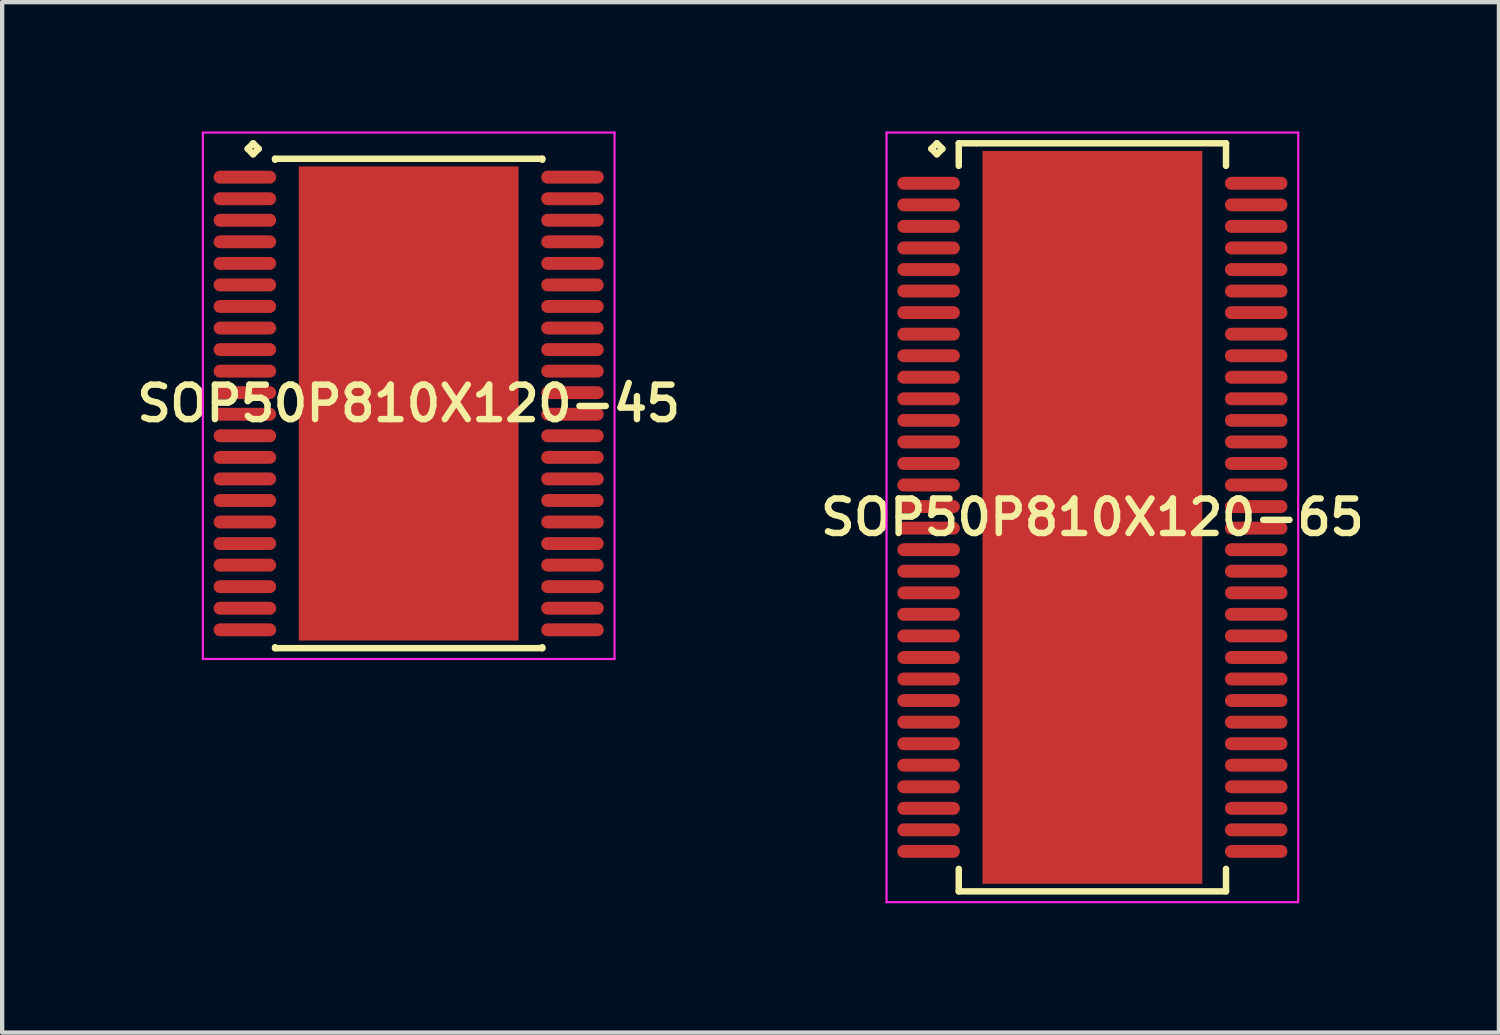
<source format=kicad_pcb>
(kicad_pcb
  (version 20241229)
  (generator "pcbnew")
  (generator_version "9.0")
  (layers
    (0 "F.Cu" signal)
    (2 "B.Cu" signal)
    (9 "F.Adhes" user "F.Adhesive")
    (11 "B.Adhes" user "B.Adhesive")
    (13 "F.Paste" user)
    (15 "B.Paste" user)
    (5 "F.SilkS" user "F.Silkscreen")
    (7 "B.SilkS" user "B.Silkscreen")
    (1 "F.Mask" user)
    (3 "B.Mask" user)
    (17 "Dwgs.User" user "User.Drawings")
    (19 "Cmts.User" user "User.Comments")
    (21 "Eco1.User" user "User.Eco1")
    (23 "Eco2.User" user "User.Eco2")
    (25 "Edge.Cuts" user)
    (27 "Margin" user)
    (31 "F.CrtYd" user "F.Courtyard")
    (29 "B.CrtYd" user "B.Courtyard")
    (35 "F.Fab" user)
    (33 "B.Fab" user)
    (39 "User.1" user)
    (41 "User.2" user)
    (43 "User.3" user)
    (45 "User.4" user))
  (footprint "SOP50P810X120-65"
    (layer "F.Cu")
    (at 22.292 8.952)
    (property "Reference" "SOP50P810X120-65" (at 0 0 0) (layer "F.SilkS") (effects (font (size 0.8 0.8) (thickness 0.15))))
    (attr smd)
    (fp_line (start -3.735 -8.55) (end -3.608 -8.677) (stroke (width 0.15) (type solid)) (layer "F.SilkS"))
    (fp_line (start -3.608 -8.677) (end -3.481 -8.55) (stroke (width 0.15) (type solid)) (layer "F.SilkS"))
    (fp_line (start -3.608 -8.423) (end -3.735 -8.55) (stroke (width 0.15) (type solid)) (layer "F.SilkS"))
    (fp_line (start -3.481 -8.55) (end -3.608 -8.423) (stroke (width 0.15) (type solid)) (layer "F.SilkS"))
    (fp_line (start -3.1 -8.677) (end 3.1 -8.677) (stroke (width 0.15) (type solid)) (layer "F.SilkS"))
    (fp_line (start -3.1 -8.154) (end -3.1 -8.677) (stroke (width 0.15) (type solid)) (layer "F.SilkS"))
    (fp_line (start -3.1 8.154) (end -3.1 8.677) (stroke (width 0.15) (type solid)) (layer "F.SilkS"))
    (fp_line (start -3.1 8.677) (end 3.1 8.677) (stroke (width 0.15) (type solid)) (layer "F.SilkS"))
    (fp_line (start 3.1 -8.677) (end 3.1 -8.154) (stroke (width 0.15) (type solid)) (layer "F.SilkS"))
    (fp_line (start 3.1 8.677) (end 3.1 8.154) (stroke (width 0.15) (type solid)) (layer "F.SilkS"))
    (fp_line (start -4.775 -8.927) (end 4.775 -8.927) (stroke (width 0.05) (type solid)) (layer "F.CrtYd"))
    (fp_line (start -4.775 8.927) (end -4.775 -8.927) (stroke (width 0.05) (type solid)) (layer "F.CrtYd"))
    (fp_line (start 4.775 -8.927) (end 4.775 8.927) (stroke (width 0.05) (type solid)) (layer "F.CrtYd"))
    (fp_line (start 4.775 8.927) (end -4.775 8.927) (stroke (width 0.05) (type solid)) (layer "F.CrtYd"))
    (pad "1" smd oval (at -3.8 -7.75) (size 1.45 0.3) (layers "F.Cu" "F.Mask" "F.Paste"))
    (pad "2" smd oval (at -3.8 -7.25) (size 1.45 0.3) (layers "F.Cu" "F.Mask" "F.Paste"))
    (pad "3" smd oval (at -3.8 -6.75) (size 1.45 0.3) (layers "F.Cu" "F.Mask" "F.Paste"))
    (pad "4" smd oval (at -3.8 -6.25) (size 1.45 0.3) (layers "F.Cu" "F.Mask" "F.Paste"))
    (pad "5" smd oval (at -3.8 -5.75) (size 1.45 0.3) (layers "F.Cu" "F.Mask" "F.Paste"))
    (pad "6" smd oval (at -3.8 -5.25) (size 1.45 0.3) (layers "F.Cu" "F.Mask" "F.Paste"))
    (pad "7" smd oval (at -3.8 -4.75) (size 1.45 0.3) (layers "F.Cu" "F.Mask" "F.Paste"))
    (pad "8" smd oval (at -3.8 -4.25) (size 1.45 0.3) (layers "F.Cu" "F.Mask" "F.Paste"))
    (pad "9" smd oval (at -3.8 -3.75) (size 1.45 0.3) (layers "F.Cu" "F.Mask" "F.Paste"))
    (pad "10" smd oval (at -3.8 -3.25) (size 1.45 0.3) (layers "F.Cu" "F.Mask" "F.Paste"))
    (pad "11" smd oval (at -3.8 -2.75) (size 1.45 0.3) (layers "F.Cu" "F.Mask" "F.Paste"))
    (pad "12" smd oval (at -3.8 -2.25) (size 1.45 0.3) (layers "F.Cu" "F.Mask" "F.Paste"))
    (pad "13" smd oval (at -3.8 -1.75) (size 1.45 0.3) (layers "F.Cu" "F.Mask" "F.Paste"))
    (pad "14" smd oval (at -3.8 -1.25) (size 1.45 0.3) (layers "F.Cu" "F.Mask" "F.Paste"))
    (pad "15" smd oval (at -3.8 -0.75) (size 1.45 0.3) (layers "F.Cu" "F.Mask" "F.Paste"))
    (pad "16" smd oval (at -3.8 -0.25) (size 1.45 0.3) (layers "F.Cu" "F.Mask" "F.Paste"))
    (pad "17" smd oval (at -3.8 0.25) (size 1.45 0.3) (layers "F.Cu" "F.Mask" "F.Paste"))
    (pad "18" smd oval (at -3.8 0.75) (size 1.45 0.3) (layers "F.Cu" "F.Mask" "F.Paste"))
    (pad "19" smd oval (at -3.8 1.25) (size 1.45 0.3) (layers "F.Cu" "F.Mask" "F.Paste"))
    (pad "20" smd oval (at -3.8 1.75) (size 1.45 0.3) (layers "F.Cu" "F.Mask" "F.Paste"))
    (pad "21" smd oval (at -3.8 2.25) (size 1.45 0.3) (layers "F.Cu" "F.Mask" "F.Paste"))
    (pad "22" smd oval (at -3.8 2.75) (size 1.45 0.3) (layers "F.Cu" "F.Mask" "F.Paste"))
    (pad "23" smd oval (at -3.8 3.25) (size 1.45 0.3) (layers "F.Cu" "F.Mask" "F.Paste"))
    (pad "24" smd oval (at -3.8 3.75) (size 1.45 0.3) (layers "F.Cu" "F.Mask" "F.Paste"))
    (pad "25" smd oval (at -3.8 4.25) (size 1.45 0.3) (layers "F.Cu" "F.Mask" "F.Paste"))
    (pad "26" smd oval (at -3.8 4.75) (size 1.45 0.3) (layers "F.Cu" "F.Mask" "F.Paste"))
    (pad "27" smd oval (at -3.8 5.25) (size 1.45 0.3) (layers "F.Cu" "F.Mask" "F.Paste"))
    (pad "28" smd oval (at -3.8 5.75) (size 1.45 0.3) (layers "F.Cu" "F.Mask" "F.Paste"))
    (pad "29" smd oval (at -3.8 6.25) (size 1.45 0.3) (layers "F.Cu" "F.Mask" "F.Paste"))
    (pad "30" smd oval (at -3.8 6.75) (size 1.45 0.3) (layers "F.Cu" "F.Mask" "F.Paste"))
    (pad "31" smd oval (at -3.8 7.25) (size 1.45 0.3) (layers "F.Cu" "F.Mask" "F.Paste"))
    (pad "32" smd oval (at -3.8 7.75) (size 1.45 0.3) (layers "F.Cu" "F.Mask" "F.Paste"))
    (pad "33" smd oval (at 3.8 7.75) (size 1.45 0.3) (layers "F.Cu" "F.Mask" "F.Paste"))
    (pad "34" smd oval (at 3.8 7.25) (size 1.45 0.3) (layers "F.Cu" "F.Mask" "F.Paste"))
    (pad "35" smd oval (at 3.8 6.75) (size 1.45 0.3) (layers "F.Cu" "F.Mask" "F.Paste"))
    (pad "36" smd oval (at 3.8 6.25) (size 1.45 0.3) (layers "F.Cu" "F.Mask" "F.Paste"))
    (pad "37" smd oval (at 3.8 5.75) (size 1.45 0.3) (layers "F.Cu" "F.Mask" "F.Paste"))
    (pad "38" smd oval (at 3.8 5.25) (size 1.45 0.3) (layers "F.Cu" "F.Mask" "F.Paste"))
    (pad "39" smd oval (at 3.8 4.75) (size 1.45 0.3) (layers "F.Cu" "F.Mask" "F.Paste"))
    (pad "40" smd oval (at 3.8 4.25) (size 1.45 0.3) (layers "F.Cu" "F.Mask" "F.Paste"))
    (pad "41" smd oval (at 3.8 3.75) (size 1.45 0.3) (layers "F.Cu" "F.Mask" "F.Paste"))
    (pad "42" smd oval (at 3.8 3.25) (size 1.45 0.3) (layers "F.Cu" "F.Mask" "F.Paste"))
    (pad "43" smd oval (at 3.8 2.75) (size 1.45 0.3) (layers "F.Cu" "F.Mask" "F.Paste"))
    (pad "44" smd oval (at 3.8 2.25) (size 1.45 0.3) (layers "F.Cu" "F.Mask" "F.Paste"))
    (pad "45" smd oval (at 3.8 1.75) (size 1.45 0.3) (layers "F.Cu" "F.Mask" "F.Paste"))
    (pad "46" smd oval (at 3.8 1.25) (size 1.45 0.3) (layers "F.Cu" "F.Mask" "F.Paste"))
    (pad "47" smd oval (at 3.8 0.75) (size 1.45 0.3) (layers "F.Cu" "F.Mask" "F.Paste"))
    (pad "48" smd oval (at 3.8 0.25) (size 1.45 0.3) (layers "F.Cu" "F.Mask" "F.Paste"))
    (pad "49" smd oval (at 3.8 -0.25) (size 1.45 0.3) (layers "F.Cu" "F.Mask" "F.Paste"))
    (pad "50" smd oval (at 3.8 -0.75) (size 1.45 0.3) (layers "F.Cu" "F.Mask" "F.Paste"))
    (pad "51" smd oval (at 3.8 -1.25) (size 1.45 0.3) (layers "F.Cu" "F.Mask" "F.Paste"))
    (pad "52" smd oval (at 3.8 -1.75) (size 1.45 0.3) (layers "F.Cu" "F.Mask" "F.Paste"))
    (pad "53" smd oval (at 3.8 -2.25) (size 1.45 0.3) (layers "F.Cu" "F.Mask" "F.Paste"))
    (pad "54" smd oval (at 3.8 -2.75) (size 1.45 0.3) (layers "F.Cu" "F.Mask" "F.Paste"))
    (pad "55" smd oval (at 3.8 -3.25) (size 1.45 0.3) (layers "F.Cu" "F.Mask" "F.Paste"))
    (pad "56" smd oval (at 3.8 -3.75) (size 1.45 0.3) (layers "F.Cu" "F.Mask" "F.Paste"))
    (pad "57" smd oval (at 3.8 -4.25) (size 1.45 0.3) (layers "F.Cu" "F.Mask" "F.Paste"))
    (pad "58" smd oval (at 3.8 -4.75) (size 1.45 0.3) (layers "F.Cu" "F.Mask" "F.Paste"))
    (pad "59" smd oval (at 3.8 -5.25) (size 1.45 0.3) (layers "F.Cu" "F.Mask" "F.Paste"))
    (pad "60" smd oval (at 3.8 -5.75) (size 1.45 0.3) (layers "F.Cu" "F.Mask" "F.Paste"))
    (pad "61" smd oval (at 3.8 -6.25) (size 1.45 0.3) (layers "F.Cu" "F.Mask" "F.Paste"))
    (pad "62" smd oval (at 3.8 -6.75) (size 1.45 0.3) (layers "F.Cu" "F.Mask" "F.Paste"))
    (pad "63" smd oval (at 3.8 -7.25) (size 1.45 0.3) (layers "F.Cu" "F.Mask" "F.Paste"))
    (pad "64" smd oval (at 3.8 -7.75) (size 1.45 0.3) (layers "F.Cu" "F.Mask" "F.Paste"))
    (pad "65" smd rect (at 0 0) (size 5.1 17) (layers "F.Cu" "F.Mask" "F.Paste")))
  (footprint "SOP50P810X120-45"
    (layer "F.Cu")
    (at 6.431 6.31)
    (property "Reference" "SOP50P810X120-45" (at 0 0 0) (layer "F.SilkS") (effects (font (size 0.8 0.8) (thickness 0.15))))
    (attr smd)
    (fp_line (start -3.735 -5.908) (end -3.608 -6.035) (stroke (width 0.15) (type solid)) (layer "F.SilkS"))
    (fp_line (start -3.608 -6.035) (end -3.481 -5.908) (stroke (width 0.15) (type solid)) (layer "F.SilkS"))
    (fp_line (start -3.608 -5.781) (end -3.735 -5.908) (stroke (width 0.15) (type solid)) (layer "F.SilkS"))
    (fp_line (start -3.481 -5.908) (end -3.608 -5.781) (stroke (width 0.15) (type solid)) (layer "F.SilkS"))
    (fp_line (start -3.1 -5.677) (end 3.1 -5.677) (stroke (width 0.15) (type solid)) (layer "F.SilkS"))
    (fp_line (start -3.1 -5.654) (end -3.1 -5.677) (stroke (width 0.15) (type solid)) (layer "F.SilkS"))
    (fp_line (start -3.1 5.654) (end -3.1 5.677) (stroke (width 0.15) (type solid)) (layer "F.SilkS"))
    (fp_line (start -3.1 5.677) (end 3.1 5.677) (stroke (width 0.15) (type solid)) (layer "F.SilkS"))
    (fp_line (start 3.1 -5.677) (end 3.1 -5.654) (stroke (width 0.15) (type solid)) (layer "F.SilkS"))
    (fp_line (start 3.1 5.677) (end 3.1 5.654) (stroke (width 0.15) (type solid)) (layer "F.SilkS"))
    (fp_line (start -4.775 -6.285) (end 4.775 -6.285) (stroke (width 0.05) (type solid)) (layer "F.CrtYd"))
    (fp_line (start -4.775 5.927) (end -4.775 -6.285) (stroke (width 0.05) (type solid)) (layer "F.CrtYd"))
    (fp_line (start 4.775 -6.285) (end 4.775 5.927) (stroke (width 0.05) (type solid)) (layer "F.CrtYd"))
    (fp_line (start 4.775 5.927) (end -4.775 5.927) (stroke (width 0.05) (type solid)) (layer "F.CrtYd"))
    (pad "1" smd oval (at -3.8 -5.25) (size 1.45 0.3) (layers "F.Cu" "F.Mask" "F.Paste"))
    (pad "2" smd oval (at -3.8 -4.75) (size 1.45 0.3) (layers "F.Cu" "F.Mask" "F.Paste"))
    (pad "3" smd oval (at -3.8 -4.25) (size 1.45 0.3) (layers "F.Cu" "F.Mask" "F.Paste"))
    (pad "4" smd oval (at -3.8 -3.75) (size 1.45 0.3) (layers "F.Cu" "F.Mask" "F.Paste"))
    (pad "5" smd oval (at -3.8 -3.25) (size 1.45 0.3) (layers "F.Cu" "F.Mask" "F.Paste"))
    (pad "6" smd oval (at -3.8 -2.75) (size 1.45 0.3) (layers "F.Cu" "F.Mask" "F.Paste"))
    (pad "7" smd oval (at -3.8 -2.25) (size 1.45 0.3) (layers "F.Cu" "F.Mask" "F.Paste"))
    (pad "8" smd oval (at -3.8 -1.75) (size 1.45 0.3) (layers "F.Cu" "F.Mask" "F.Paste"))
    (pad "9" smd oval (at -3.8 -1.25) (size 1.45 0.3) (layers "F.Cu" "F.Mask" "F.Paste"))
    (pad "10" smd oval (at -3.8 -0.75) (size 1.45 0.3) (layers "F.Cu" "F.Mask" "F.Paste"))
    (pad "11" smd oval (at -3.8 -0.25) (size 1.45 0.3) (layers "F.Cu" "F.Mask" "F.Paste"))
    (pad "12" smd oval (at -3.8 0.25) (size 1.45 0.3) (layers "F.Cu" "F.Mask" "F.Paste"))
    (pad "13" smd oval (at -3.8 0.75) (size 1.45 0.3) (layers "F.Cu" "F.Mask" "F.Paste"))
    (pad "14" smd oval (at -3.8 1.25) (size 1.45 0.3) (layers "F.Cu" "F.Mask" "F.Paste"))
    (pad "15" smd oval (at -3.8 1.75) (size 1.45 0.3) (layers "F.Cu" "F.Mask" "F.Paste"))
    (pad "16" smd oval (at -3.8 2.25) (size 1.45 0.3) (layers "F.Cu" "F.Mask" "F.Paste"))
    (pad "17" smd oval (at -3.8 2.75) (size 1.45 0.3) (layers "F.Cu" "F.Mask" "F.Paste"))
    (pad "18" smd oval (at -3.8 3.25) (size 1.45 0.3) (layers "F.Cu" "F.Mask" "F.Paste"))
    (pad "19" smd oval (at -3.8 3.75) (size 1.45 0.3) (layers "F.Cu" "F.Mask" "F.Paste"))
    (pad "20" smd oval (at -3.8 4.25) (size 1.45 0.3) (layers "F.Cu" "F.Mask" "F.Paste"))
    (pad "21" smd oval (at -3.8 4.75) (size 1.45 0.3) (layers "F.Cu" "F.Mask" "F.Paste"))
    (pad "22" smd oval (at -3.8 5.25) (size 1.45 0.3) (layers "F.Cu" "F.Mask" "F.Paste"))
    (pad "23" smd oval (at 3.8 5.25) (size 1.45 0.3) (layers "F.Cu" "F.Mask" "F.Paste"))
    (pad "24" smd oval (at 3.8 4.75) (size 1.45 0.3) (layers "F.Cu" "F.Mask" "F.Paste"))
    (pad "25" smd oval (at 3.8 4.25) (size 1.45 0.3) (layers "F.Cu" "F.Mask" "F.Paste"))
    (pad "26" smd oval (at 3.8 3.75) (size 1.45 0.3) (layers "F.Cu" "F.Mask" "F.Paste"))
    (pad "27" smd oval (at 3.8 3.25) (size 1.45 0.3) (layers "F.Cu" "F.Mask" "F.Paste"))
    (pad "28" smd oval (at 3.8 2.75) (size 1.45 0.3) (layers "F.Cu" "F.Mask" "F.Paste"))
    (pad "29" smd oval (at 3.8 2.25) (size 1.45 0.3) (layers "F.Cu" "F.Mask" "F.Paste"))
    (pad "30" smd oval (at 3.8 1.75) (size 1.45 0.3) (layers "F.Cu" "F.Mask" "F.Paste"))
    (pad "31" smd oval (at 3.8 1.25) (size 1.45 0.3) (layers "F.Cu" "F.Mask" "F.Paste"))
    (pad "32" smd oval (at 3.8 0.75) (size 1.45 0.3) (layers "F.Cu" "F.Mask" "F.Paste"))
    (pad "33" smd oval (at 3.8 0.25) (size 1.45 0.3) (layers "F.Cu" "F.Mask" "F.Paste"))
    (pad "34" smd oval (at 3.8 -0.25) (size 1.45 0.3) (layers "F.Cu" "F.Mask" "F.Paste"))
    (pad "35" smd oval (at 3.8 -0.75) (size 1.45 0.3) (layers "F.Cu" "F.Mask" "F.Paste"))
    (pad "36" smd oval (at 3.8 -1.25) (size 1.45 0.3) (layers "F.Cu" "F.Mask" "F.Paste"))
    (pad "37" smd oval (at 3.8 -1.75) (size 1.45 0.3) (layers "F.Cu" "F.Mask" "F.Paste"))
    (pad "38" smd oval (at 3.8 -2.25) (size 1.45 0.3) (layers "F.Cu" "F.Mask" "F.Paste"))
    (pad "39" smd oval (at 3.8 -2.75) (size 1.45 0.3) (layers "F.Cu" "F.Mask" "F.Paste"))
    (pad "40" smd oval (at 3.8 -3.25) (size 1.45 0.3) (layers "F.Cu" "F.Mask" "F.Paste"))
    (pad "41" smd oval (at 3.8 -3.75) (size 1.45 0.3) (layers "F.Cu" "F.Mask" "F.Paste"))
    (pad "42" smd oval (at 3.8 -4.25) (size 1.45 0.3) (layers "F.Cu" "F.Mask" "F.Paste"))
    (pad "43" smd oval (at 3.8 -4.75) (size 1.45 0.3) (layers "F.Cu" "F.Mask" "F.Paste"))
    (pad "44" smd oval (at 3.8 -5.25) (size 1.45 0.3) (layers "F.Cu" "F.Mask" "F.Paste"))
    (pad "45" smd rect (at 0 0) (size 5.1 11) (layers "F.Cu" "F.Mask" "F.Paste")))
  (gr_rect
    (start -3 -3)
    (end 31.723 20.904)
    (stroke (width 0.1) (type default))
    (fill no)
    (layer "Edge.Cuts")))
</source>
